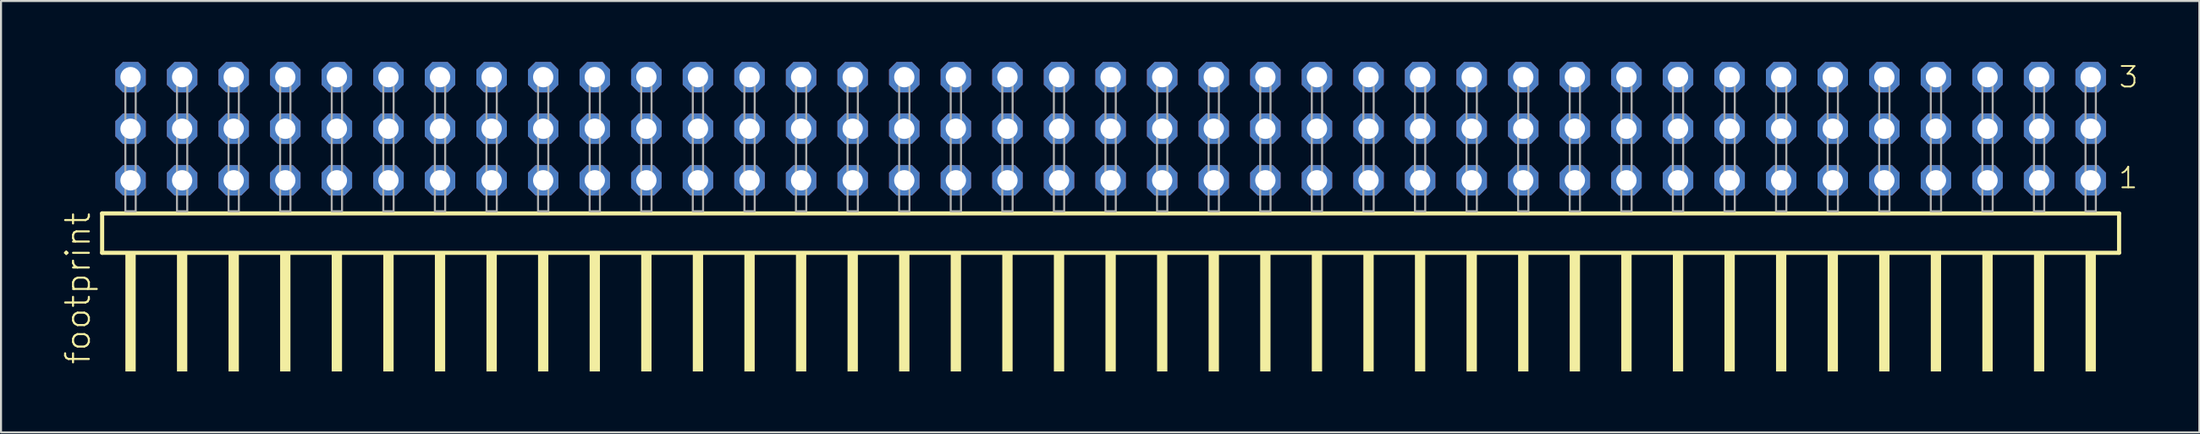
<source format=kicad_pcb>
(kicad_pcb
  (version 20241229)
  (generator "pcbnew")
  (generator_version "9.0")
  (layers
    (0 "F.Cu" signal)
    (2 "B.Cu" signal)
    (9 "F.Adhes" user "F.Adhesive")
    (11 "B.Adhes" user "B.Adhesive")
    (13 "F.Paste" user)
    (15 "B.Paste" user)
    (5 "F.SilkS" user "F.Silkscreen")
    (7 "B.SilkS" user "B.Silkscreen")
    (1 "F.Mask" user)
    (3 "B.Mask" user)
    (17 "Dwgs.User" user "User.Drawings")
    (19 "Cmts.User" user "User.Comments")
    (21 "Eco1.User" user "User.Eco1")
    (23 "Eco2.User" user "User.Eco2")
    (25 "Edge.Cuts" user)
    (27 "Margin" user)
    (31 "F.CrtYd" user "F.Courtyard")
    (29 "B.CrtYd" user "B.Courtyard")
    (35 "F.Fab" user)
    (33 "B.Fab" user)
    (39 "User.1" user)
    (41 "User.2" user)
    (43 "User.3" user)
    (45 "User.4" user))
  (footprint "footprint"
    (layer "F.Cu")
    (at 51.638 7.354)
    (property "Reference" "footprint" (at -50.165 7.62 90) (layer "F.SilkS") (effects (font (size 1.168 1.168) (thickness 0.102)) (justify left bottom)))
    (fp_line (start -49.659 0.106) (end -49.659 2.046) (stroke (width 0.203) (type solid)) (layer "F.SilkS"))
    (fp_line (start -49.659 2.046) (end 49.659 2.046) (stroke (width 0.203) (type solid)) (layer "F.SilkS"))
    (fp_line (start 49.659 0.106) (end -49.659 0.106) (stroke (width 0.203) (type solid)) (layer "F.SilkS"))
    (fp_line (start 49.659 2.046) (end 49.659 0.106) (stroke (width 0.203) (type solid)) (layer "F.SilkS"))
    (fp_poly (pts (xy -48.514 7.89) (xy -48.006 7.89) (xy -48.006 2.04) (xy -48.514 2.04)) (stroke (width 0) (type solid)) (fill yes) (layer "F.SilkS"))
    (fp_poly (pts (xy -45.974 7.89) (xy -45.466 7.89) (xy -45.466 2.04) (xy -45.974 2.04)) (stroke (width 0) (type solid)) (fill yes) (layer "F.SilkS"))
    (fp_poly (pts (xy -43.434 7.89) (xy -42.926 7.89) (xy -42.926 2.04) (xy -43.434 2.04)) (stroke (width 0) (type solid)) (fill yes) (layer "F.SilkS"))
    (fp_poly (pts (xy -40.894 7.89) (xy -40.386 7.89) (xy -40.386 2.04) (xy -40.894 2.04)) (stroke (width 0) (type solid)) (fill yes) (layer "F.SilkS"))
    (fp_poly (pts (xy -38.354 7.89) (xy -37.846 7.89) (xy -37.846 2.04) (xy -38.354 2.04)) (stroke (width 0) (type solid)) (fill yes) (layer "F.SilkS"))
    (fp_poly (pts (xy -35.814 7.89) (xy -35.306 7.89) (xy -35.306 2.04) (xy -35.814 2.04)) (stroke (width 0) (type solid)) (fill yes) (layer "F.SilkS"))
    (fp_poly (pts (xy -33.274 7.89) (xy -32.766 7.89) (xy -32.766 2.04) (xy -33.274 2.04)) (stroke (width 0) (type solid)) (fill yes) (layer "F.SilkS"))
    (fp_poly (pts (xy -30.734 7.89) (xy -30.226 7.89) (xy -30.226 2.04) (xy -30.734 2.04)) (stroke (width 0) (type solid)) (fill yes) (layer "F.SilkS"))
    (fp_poly (pts (xy -28.194 7.89) (xy -27.686 7.89) (xy -27.686 2.04) (xy -28.194 2.04)) (stroke (width 0) (type solid)) (fill yes) (layer "F.SilkS"))
    (fp_poly (pts (xy -25.654 7.89) (xy -25.146 7.89) (xy -25.146 2.04) (xy -25.654 2.04)) (stroke (width 0) (type solid)) (fill yes) (layer "F.SilkS"))
    (fp_poly (pts (xy -23.114 7.89) (xy -22.606 7.89) (xy -22.606 2.04) (xy -23.114 2.04)) (stroke (width 0) (type solid)) (fill yes) (layer "F.SilkS"))
    (fp_poly (pts (xy -20.574 7.89) (xy -20.066 7.89) (xy -20.066 2.04) (xy -20.574 2.04)) (stroke (width 0) (type solid)) (fill yes) (layer "F.SilkS"))
    (fp_poly (pts (xy -18.034 7.89) (xy -17.526 7.89) (xy -17.526 2.04) (xy -18.034 2.04)) (stroke (width 0) (type solid)) (fill yes) (layer "F.SilkS"))
    (fp_poly (pts (xy -15.494 7.89) (xy -14.986 7.89) (xy -14.986 2.04) (xy -15.494 2.04)) (stroke (width 0) (type solid)) (fill yes) (layer "F.SilkS"))
    (fp_poly (pts (xy -12.954 7.89) (xy -12.446 7.89) (xy -12.446 2.04) (xy -12.954 2.04)) (stroke (width 0) (type solid)) (fill yes) (layer "F.SilkS"))
    (fp_poly (pts (xy -10.414 7.89) (xy -9.906 7.89) (xy -9.906 2.04) (xy -10.414 2.04)) (stroke (width 0) (type solid)) (fill yes) (layer "F.SilkS"))
    (fp_poly (pts (xy -7.874 7.89) (xy -7.366 7.89) (xy -7.366 2.04) (xy -7.874 2.04)) (stroke (width 0) (type solid)) (fill yes) (layer "F.SilkS"))
    (fp_poly (pts (xy -5.334 7.89) (xy -4.826 7.89) (xy -4.826 2.04) (xy -5.334 2.04)) (stroke (width 0) (type solid)) (fill yes) (layer "F.SilkS"))
    (fp_poly (pts (xy -2.794 7.89) (xy -2.286 7.89) (xy -2.286 2.04) (xy -2.794 2.04)) (stroke (width 0) (type solid)) (fill yes) (layer "F.SilkS"))
    (fp_poly (pts (xy -0.254 7.89) (xy 0.254 7.89) (xy 0.254 2.04) (xy -0.254 2.04)) (stroke (width 0) (type solid)) (fill yes) (layer "F.SilkS"))
    (fp_poly (pts (xy 2.286 7.89) (xy 2.794 7.89) (xy 2.794 2.04) (xy 2.286 2.04)) (stroke (width 0) (type solid)) (fill yes) (layer "F.SilkS"))
    (fp_poly (pts (xy 4.826 7.89) (xy 5.334 7.89) (xy 5.334 2.04) (xy 4.826 2.04)) (stroke (width 0) (type solid)) (fill yes) (layer "F.SilkS"))
    (fp_poly (pts (xy 7.366 7.89) (xy 7.874 7.89) (xy 7.874 2.04) (xy 7.366 2.04)) (stroke (width 0) (type solid)) (fill yes) (layer "F.SilkS"))
    (fp_poly (pts (xy 9.906 7.89) (xy 10.414 7.89) (xy 10.414 2.04) (xy 9.906 2.04)) (stroke (width 0) (type solid)) (fill yes) (layer "F.SilkS"))
    (fp_poly (pts (xy 12.446 7.89) (xy 12.954 7.89) (xy 12.954 2.04) (xy 12.446 2.04)) (stroke (width 0) (type solid)) (fill yes) (layer "F.SilkS"))
    (fp_poly (pts (xy 14.986 7.89) (xy 15.494 7.89) (xy 15.494 2.04) (xy 14.986 2.04)) (stroke (width 0) (type solid)) (fill yes) (layer "F.SilkS"))
    (fp_poly (pts (xy 17.526 7.89) (xy 18.034 7.89) (xy 18.034 2.04) (xy 17.526 2.04)) (stroke (width 0) (type solid)) (fill yes) (layer "F.SilkS"))
    (fp_poly (pts (xy 20.066 7.89) (xy 20.574 7.89) (xy 20.574 2.04) (xy 20.066 2.04)) (stroke (width 0) (type solid)) (fill yes) (layer "F.SilkS"))
    (fp_poly (pts (xy 22.606 7.89) (xy 23.114 7.89) (xy 23.114 2.04) (xy 22.606 2.04)) (stroke (width 0) (type solid)) (fill yes) (layer "F.SilkS"))
    (fp_poly (pts (xy 25.146 7.89) (xy 25.654 7.89) (xy 25.654 2.04) (xy 25.146 2.04)) (stroke (width 0) (type solid)) (fill yes) (layer "F.SilkS"))
    (fp_poly (pts (xy 27.686 7.89) (xy 28.194 7.89) (xy 28.194 2.04) (xy 27.686 2.04)) (stroke (width 0) (type solid)) (fill yes) (layer "F.SilkS"))
    (fp_poly (pts (xy 30.226 7.89) (xy 30.734 7.89) (xy 30.734 2.04) (xy 30.226 2.04)) (stroke (width 0) (type solid)) (fill yes) (layer "F.SilkS"))
    (fp_poly (pts (xy 32.766 7.89) (xy 33.274 7.89) (xy 33.274 2.04) (xy 32.766 2.04)) (stroke (width 0) (type solid)) (fill yes) (layer "F.SilkS"))
    (fp_poly (pts (xy 35.306 7.89) (xy 35.814 7.89) (xy 35.814 2.04) (xy 35.306 2.04)) (stroke (width 0) (type solid)) (fill yes) (layer "F.SilkS"))
    (fp_poly (pts (xy 37.846 7.89) (xy 38.354 7.89) (xy 38.354 2.04) (xy 37.846 2.04)) (stroke (width 0) (type solid)) (fill yes) (layer "F.SilkS"))
    (fp_poly (pts (xy 40.386 7.89) (xy 40.894 7.89) (xy 40.894 2.04) (xy 40.386 2.04)) (stroke (width 0) (type solid)) (fill yes) (layer "F.SilkS"))
    (fp_poly (pts (xy 42.926 7.89) (xy 43.434 7.89) (xy 43.434 2.04) (xy 42.926 2.04)) (stroke (width 0) (type solid)) (fill yes) (layer "F.SilkS"))
    (fp_poly (pts (xy 45.466 7.89) (xy 45.974 7.89) (xy 45.974 2.04) (xy 45.466 2.04)) (stroke (width 0) (type solid)) (fill yes) (layer "F.SilkS"))
    (fp_poly (pts (xy 48.006 7.89) (xy 48.514 7.89) (xy 48.514 2.04) (xy 48.006 2.04)) (stroke (width 0) (type solid)) (fill yes) (layer "F.SilkS"))
    (fp_poly (pts (xy -48.514 0) (xy -48.006 0) (xy -48.006 -6.858) (xy -48.514 -6.858)) (stroke (width 0.1) (type solid)) (fill no) (layer "F.Fab"))
    (fp_poly (pts (xy -45.974 0) (xy -45.466 0) (xy -45.466 -6.858) (xy -45.974 -6.858)) (stroke (width 0.1) (type solid)) (fill no) (layer "F.Fab"))
    (fp_poly (pts (xy -43.434 0) (xy -42.926 0) (xy -42.926 -6.858) (xy -43.434 -6.858)) (stroke (width 0.1) (type solid)) (fill no) (layer "F.Fab"))
    (fp_poly (pts (xy -40.894 0) (xy -40.386 0) (xy -40.386 -6.858) (xy -40.894 -6.858)) (stroke (width 0.1) (type solid)) (fill no) (layer "F.Fab"))
    (fp_poly (pts (xy -38.354 0) (xy -37.846 0) (xy -37.846 -6.858) (xy -38.354 -6.858)) (stroke (width 0.1) (type solid)) (fill no) (layer "F.Fab"))
    (fp_poly (pts (xy -35.814 0) (xy -35.306 0) (xy -35.306 -6.858) (xy -35.814 -6.858)) (stroke (width 0.1) (type solid)) (fill no) (layer "F.Fab"))
    (fp_poly (pts (xy -33.274 0) (xy -32.766 0) (xy -32.766 -6.858) (xy -33.274 -6.858)) (stroke (width 0.1) (type solid)) (fill no) (layer "F.Fab"))
    (fp_poly (pts (xy -30.734 0) (xy -30.226 0) (xy -30.226 -6.858) (xy -30.734 -6.858)) (stroke (width 0.1) (type solid)) (fill no) (layer "F.Fab"))
    (fp_poly (pts (xy -28.194 0) (xy -27.686 0) (xy -27.686 -6.858) (xy -28.194 -6.858)) (stroke (width 0.1) (type solid)) (fill no) (layer "F.Fab"))
    (fp_poly (pts (xy -25.654 0) (xy -25.146 0) (xy -25.146 -6.858) (xy -25.654 -6.858)) (stroke (width 0.1) (type solid)) (fill no) (layer "F.Fab"))
    (fp_poly (pts (xy -23.114 0) (xy -22.606 0) (xy -22.606 -6.858) (xy -23.114 -6.858)) (stroke (width 0.1) (type solid)) (fill no) (layer "F.Fab"))
    (fp_poly (pts (xy -20.574 0) (xy -20.066 0) (xy -20.066 -6.858) (xy -20.574 -6.858)) (stroke (width 0.1) (type solid)) (fill no) (layer "F.Fab"))
    (fp_poly (pts (xy -18.034 0) (xy -17.526 0) (xy -17.526 -6.858) (xy -18.034 -6.858)) (stroke (width 0.1) (type solid)) (fill no) (layer "F.Fab"))
    (fp_poly (pts (xy -15.494 0) (xy -14.986 0) (xy -14.986 -6.858) (xy -15.494 -6.858)) (stroke (width 0.1) (type solid)) (fill no) (layer "F.Fab"))
    (fp_poly (pts (xy -12.954 0) (xy -12.446 0) (xy -12.446 -6.858) (xy -12.954 -6.858)) (stroke (width 0.1) (type solid)) (fill no) (layer "F.Fab"))
    (fp_poly (pts (xy -10.414 0) (xy -9.906 0) (xy -9.906 -6.858) (xy -10.414 -6.858)) (stroke (width 0.1) (type solid)) (fill no) (layer "F.Fab"))
    (fp_poly (pts (xy -7.874 0) (xy -7.366 0) (xy -7.366 -6.858) (xy -7.874 -6.858)) (stroke (width 0.1) (type solid)) (fill no) (layer "F.Fab"))
    (fp_poly (pts (xy -5.334 0) (xy -4.826 0) (xy -4.826 -6.858) (xy -5.334 -6.858)) (stroke (width 0.1) (type solid)) (fill no) (layer "F.Fab"))
    (fp_poly (pts (xy -2.794 0) (xy -2.286 0) (xy -2.286 -6.858) (xy -2.794 -6.858)) (stroke (width 0.1) (type solid)) (fill no) (layer "F.Fab"))
    (fp_poly (pts (xy -0.254 0) (xy 0.254 0) (xy 0.254 -6.858) (xy -0.254 -6.858)) (stroke (width 0.1) (type solid)) (fill no) (layer "F.Fab"))
    (fp_poly (pts (xy 2.286 0) (xy 2.794 0) (xy 2.794 -6.858) (xy 2.286 -6.858)) (stroke (width 0.1) (type solid)) (fill no) (layer "F.Fab"))
    (fp_poly (pts (xy 4.826 0) (xy 5.334 0) (xy 5.334 -6.858) (xy 4.826 -6.858)) (stroke (width 0.1) (type solid)) (fill no) (layer "F.Fab"))
    (fp_poly (pts (xy 7.366 0) (xy 7.874 0) (xy 7.874 -6.858) (xy 7.366 -6.858)) (stroke (width 0.1) (type solid)) (fill no) (layer "F.Fab"))
    (fp_poly (pts (xy 9.906 0) (xy 10.414 0) (xy 10.414 -6.858) (xy 9.906 -6.858)) (stroke (width 0.1) (type solid)) (fill no) (layer "F.Fab"))
    (fp_poly (pts (xy 12.446 0) (xy 12.954 0) (xy 12.954 -6.858) (xy 12.446 -6.858)) (stroke (width 0.1) (type solid)) (fill no) (layer "F.Fab"))
    (fp_poly (pts (xy 14.986 0) (xy 15.494 0) (xy 15.494 -6.858) (xy 14.986 -6.858)) (stroke (width 0.1) (type solid)) (fill no) (layer "F.Fab"))
    (fp_poly (pts (xy 17.526 0) (xy 18.034 0) (xy 18.034 -6.858) (xy 17.526 -6.858)) (stroke (width 0.1) (type solid)) (fill no) (layer "F.Fab"))
    (fp_poly (pts (xy 20.066 0) (xy 20.574 0) (xy 20.574 -6.858) (xy 20.066 -6.858)) (stroke (width 0.1) (type solid)) (fill no) (layer "F.Fab"))
    (fp_poly (pts (xy 22.606 0) (xy 23.114 0) (xy 23.114 -6.858) (xy 22.606 -6.858)) (stroke (width 0.1) (type solid)) (fill no) (layer "F.Fab"))
    (fp_poly (pts (xy 25.146 0) (xy 25.654 0) (xy 25.654 -6.858) (xy 25.146 -6.858)) (stroke (width 0.1) (type solid)) (fill no) (layer "F.Fab"))
    (fp_poly (pts (xy 27.686 0) (xy 28.194 0) (xy 28.194 -6.858) (xy 27.686 -6.858)) (stroke (width 0.1) (type solid)) (fill no) (layer "F.Fab"))
    (fp_poly (pts (xy 30.226 0) (xy 30.734 0) (xy 30.734 -6.858) (xy 30.226 -6.858)) (stroke (width 0.1) (type solid)) (fill no) (layer "F.Fab"))
    (fp_poly (pts (xy 32.766 0) (xy 33.274 0) (xy 33.274 -6.858) (xy 32.766 -6.858)) (stroke (width 0.1) (type solid)) (fill no) (layer "F.Fab"))
    (fp_poly (pts (xy 35.306 0) (xy 35.814 0) (xy 35.814 -6.858) (xy 35.306 -6.858)) (stroke (width 0.1) (type solid)) (fill no) (layer "F.Fab"))
    (fp_poly (pts (xy 37.846 0) (xy 38.354 0) (xy 38.354 -6.858) (xy 37.846 -6.858)) (stroke (width 0.1) (type solid)) (fill no) (layer "F.Fab"))
    (fp_poly (pts (xy 40.386 0) (xy 40.894 0) (xy 40.894 -6.858) (xy 40.386 -6.858)) (stroke (width 0.1) (type solid)) (fill no) (layer "F.Fab"))
    (fp_poly (pts (xy 42.926 0) (xy 43.434 0) (xy 43.434 -6.858) (xy 42.926 -6.858)) (stroke (width 0.1) (type solid)) (fill no) (layer "F.Fab"))
    (fp_poly (pts (xy 45.466 0) (xy 45.974 0) (xy 45.974 -6.858) (xy 45.466 -6.858)) (stroke (width 0.1) (type solid)) (fill no) (layer "F.Fab"))
    (fp_poly (pts (xy 48.006 0) (xy 48.514 0) (xy 48.514 -6.858) (xy 48.006 -6.858)) (stroke (width 0.1) (type solid)) (fill no) (layer "F.Fab"))
    (fp_text user "3" (at 49.585 -6.015 0) (layer "F.SilkS") (effects (font (size 1.012 1.012) (thickness 0.088)) (justify left bottom)))
    (fp_text user "1" (at 49.57 -1.05 0) (layer "F.SilkS") (effects (font (size 1.012 1.012) (thickness 0.088)) (justify left bottom)))
    (pad "1" thru_hole roundrect (at 48.26 -1.524 180) (size 1.5 1.5) (drill 1) (layers "*.Cu" "*.Mask") (roundrect_rratio 0.25) (chamfer_ratio 0.25) (chamfer top_left top_right bottom_left bottom_right))
    (pad "2" thru_hole roundrect (at 48.26 -4.064 180) (size 1.5 1.5) (drill 1) (layers "*.Cu" "*.Mask") (roundrect_rratio 0.25) (chamfer_ratio 0.25) (chamfer top_left top_right bottom_left bottom_right))
    (pad "3" thru_hole roundrect (at 48.26 -6.604 180) (size 1.5 1.5) (drill 1) (layers "*.Cu" "*.Mask") (roundrect_rratio 0.25) (chamfer_ratio 0.25) (chamfer top_left top_right bottom_left bottom_right))
    (pad "4" thru_hole roundrect (at 45.72 -1.524 180) (size 1.5 1.5) (drill 1) (layers "*.Cu" "*.Mask") (roundrect_rratio 0.25) (chamfer_ratio 0.25) (chamfer top_left top_right bottom_left bottom_right))
    (pad "5" thru_hole roundrect (at 45.72 -4.064 180) (size 1.5 1.5) (drill 1) (layers "*.Cu" "*.Mask") (roundrect_rratio 0.25) (chamfer_ratio 0.25) (chamfer top_left top_right bottom_left bottom_right))
    (pad "6" thru_hole roundrect (at 45.72 -6.604 180) (size 1.5 1.5) (drill 1) (layers "*.Cu" "*.Mask") (roundrect_rratio 0.25) (chamfer_ratio 0.25) (chamfer top_left top_right bottom_left bottom_right))
    (pad "7" thru_hole roundrect (at 43.18 -1.524 180) (size 1.5 1.5) (drill 1) (layers "*.Cu" "*.Mask") (roundrect_rratio 0.25) (chamfer_ratio 0.25) (chamfer top_left top_right bottom_left bottom_right))
    (pad "8" thru_hole roundrect (at 43.18 -4.064 180) (size 1.5 1.5) (drill 1) (layers "*.Cu" "*.Mask") (roundrect_rratio 0.25) (chamfer_ratio 0.25) (chamfer top_left top_right bottom_left bottom_right))
    (pad "9" thru_hole roundrect (at 43.18 -6.604 180) (size 1.5 1.5) (drill 1) (layers "*.Cu" "*.Mask") (roundrect_rratio 0.25) (chamfer_ratio 0.25) (chamfer top_left top_right bottom_left bottom_right))
    (pad "10" thru_hole roundrect (at 40.64 -1.524 180) (size 1.5 1.5) (drill 1) (layers "*.Cu" "*.Mask") (roundrect_rratio 0.25) (chamfer_ratio 0.25) (chamfer top_left top_right bottom_left bottom_right))
    (pad "11" thru_hole roundrect (at 40.64 -4.064 180) (size 1.5 1.5) (drill 1) (layers "*.Cu" "*.Mask") (roundrect_rratio 0.25) (chamfer_ratio 0.25) (chamfer top_left top_right bottom_left bottom_right))
    (pad "12" thru_hole roundrect (at 40.64 -6.604 180) (size 1.5 1.5) (drill 1) (layers "*.Cu" "*.Mask") (roundrect_rratio 0.25) (chamfer_ratio 0.25) (chamfer top_left top_right bottom_left bottom_right))
    (pad "13" thru_hole roundrect (at 38.1 -1.524 180) (size 1.5 1.5) (drill 1) (layers "*.Cu" "*.Mask") (roundrect_rratio 0.25) (chamfer_ratio 0.25) (chamfer top_left top_right bottom_left bottom_right))
    (pad "14" thru_hole roundrect (at 38.1 -4.064 180) (size 1.5 1.5) (drill 1) (layers "*.Cu" "*.Mask") (roundrect_rratio 0.25) (chamfer_ratio 0.25) (chamfer top_left top_right bottom_left bottom_right))
    (pad "15" thru_hole roundrect (at 38.1 -6.604 180) (size 1.5 1.5) (drill 1) (layers "*.Cu" "*.Mask") (roundrect_rratio 0.25) (chamfer_ratio 0.25) (chamfer top_left top_right bottom_left bottom_right))
    (pad "16" thru_hole roundrect (at 35.56 -1.524 180) (size 1.5 1.5) (drill 1) (layers "*.Cu" "*.Mask") (roundrect_rratio 0.25) (chamfer_ratio 0.25) (chamfer top_left top_right bottom_left bottom_right))
    (pad "17" thru_hole roundrect (at 35.56 -4.064 180) (size 1.5 1.5) (drill 1) (layers "*.Cu" "*.Mask") (roundrect_rratio 0.25) (chamfer_ratio 0.25) (chamfer top_left top_right bottom_left bottom_right))
    (pad "18" thru_hole roundrect (at 35.56 -6.604 180) (size 1.5 1.5) (drill 1) (layers "*.Cu" "*.Mask") (roundrect_rratio 0.25) (chamfer_ratio 0.25) (chamfer top_left top_right bottom_left bottom_right))
    (pad "19" thru_hole roundrect (at 33.02 -1.524 180) (size 1.5 1.5) (drill 1) (layers "*.Cu" "*.Mask") (roundrect_rratio 0.25) (chamfer_ratio 0.25) (chamfer top_left top_right bottom_left bottom_right))
    (pad "20" thru_hole roundrect (at 33.02 -4.064 180) (size 1.5 1.5) (drill 1) (layers "*.Cu" "*.Mask") (roundrect_rratio 0.25) (chamfer_ratio 0.25) (chamfer top_left top_right bottom_left bottom_right))
    (pad "21" thru_hole roundrect (at 33.02 -6.604 180) (size 1.5 1.5) (drill 1) (layers "*.Cu" "*.Mask") (roundrect_rratio 0.25) (chamfer_ratio 0.25) (chamfer top_left top_right bottom_left bottom_right))
    (pad "22" thru_hole roundrect (at 30.48 -1.524 180) (size 1.5 1.5) (drill 1) (layers "*.Cu" "*.Mask") (roundrect_rratio 0.25) (chamfer_ratio 0.25) (chamfer top_left top_right bottom_left bottom_right))
    (pad "23" thru_hole roundrect (at 30.48 -4.064 180) (size 1.5 1.5) (drill 1) (layers "*.Cu" "*.Mask") (roundrect_rratio 0.25) (chamfer_ratio 0.25) (chamfer top_left top_right bottom_left bottom_right))
    (pad "24" thru_hole roundrect (at 30.48 -6.604 180) (size 1.5 1.5) (drill 1) (layers "*.Cu" "*.Mask") (roundrect_rratio 0.25) (chamfer_ratio 0.25) (chamfer top_left top_right bottom_left bottom_right))
    (pad "25" thru_hole roundrect (at 27.94 -1.524 180) (size 1.5 1.5) (drill 1) (layers "*.Cu" "*.Mask") (roundrect_rratio 0.25) (chamfer_ratio 0.25) (chamfer top_left top_right bottom_left bottom_right))
    (pad "26" thru_hole roundrect (at 27.94 -4.064 180) (size 1.5 1.5) (drill 1) (layers "*.Cu" "*.Mask") (roundrect_rratio 0.25) (chamfer_ratio 0.25) (chamfer top_left top_right bottom_left bottom_right))
    (pad "27" thru_hole roundrect (at 27.94 -6.604 180) (size 1.5 1.5) (drill 1) (layers "*.Cu" "*.Mask") (roundrect_rratio 0.25) (chamfer_ratio 0.25) (chamfer top_left top_right bottom_left bottom_right))
    (pad "28" thru_hole roundrect (at 25.4 -1.524 180) (size 1.5 1.5) (drill 1) (layers "*.Cu" "*.Mask") (roundrect_rratio 0.25) (chamfer_ratio 0.25) (chamfer top_left top_right bottom_left bottom_right))
    (pad "29" thru_hole roundrect (at 25.4 -4.064 180) (size 1.5 1.5) (drill 1) (layers "*.Cu" "*.Mask") (roundrect_rratio 0.25) (chamfer_ratio 0.25) (chamfer top_left top_right bottom_left bottom_right))
    (pad "30" thru_hole roundrect (at 25.4 -6.604 180) (size 1.5 1.5) (drill 1) (layers "*.Cu" "*.Mask") (roundrect_rratio 0.25) (chamfer_ratio 0.25) (chamfer top_left top_right bottom_left bottom_right))
    (pad "31" thru_hole roundrect (at 22.86 -1.524 180) (size 1.5 1.5) (drill 1) (layers "*.Cu" "*.Mask") (roundrect_rratio 0.25) (chamfer_ratio 0.25) (chamfer top_left top_right bottom_left bottom_right))
    (pad "32" thru_hole roundrect (at 22.86 -4.064 180) (size 1.5 1.5) (drill 1) (layers "*.Cu" "*.Mask") (roundrect_rratio 0.25) (chamfer_ratio 0.25) (chamfer top_left top_right bottom_left bottom_right))
    (pad "33" thru_hole roundrect (at 22.86 -6.604 180) (size 1.5 1.5) (drill 1) (layers "*.Cu" "*.Mask") (roundrect_rratio 0.25) (chamfer_ratio 0.25) (chamfer top_left top_right bottom_left bottom_right))
    (pad "34" thru_hole roundrect (at 20.32 -1.524 180) (size 1.5 1.5) (drill 1) (layers "*.Cu" "*.Mask") (roundrect_rratio 0.25) (chamfer_ratio 0.25) (chamfer top_left top_right bottom_left bottom_right))
    (pad "35" thru_hole roundrect (at 20.32 -4.064 180) (size 1.5 1.5) (drill 1) (layers "*.Cu" "*.Mask") (roundrect_rratio 0.25) (chamfer_ratio 0.25) (chamfer top_left top_right bottom_left bottom_right))
    (pad "36" thru_hole roundrect (at 20.32 -6.604 180) (size 1.5 1.5) (drill 1) (layers "*.Cu" "*.Mask") (roundrect_rratio 0.25) (chamfer_ratio 0.25) (chamfer top_left top_right bottom_left bottom_right))
    (pad "37" thru_hole roundrect (at 17.78 -1.524 180) (size 1.5 1.5) (drill 1) (layers "*.Cu" "*.Mask") (roundrect_rratio 0.25) (chamfer_ratio 0.25) (chamfer top_left top_right bottom_left bottom_right))
    (pad "38" thru_hole roundrect (at 17.78 -4.064 180) (size 1.5 1.5) (drill 1) (layers "*.Cu" "*.Mask") (roundrect_rratio 0.25) (chamfer_ratio 0.25) (chamfer top_left top_right bottom_left bottom_right))
    (pad "39" thru_hole roundrect (at 17.78 -6.604 180) (size 1.5 1.5) (drill 1) (layers "*.Cu" "*.Mask") (roundrect_rratio 0.25) (chamfer_ratio 0.25) (chamfer top_left top_right bottom_left bottom_right))
    (pad "40" thru_hole roundrect (at 15.24 -1.524 180) (size 1.5 1.5) (drill 1) (layers "*.Cu" "*.Mask") (roundrect_rratio 0.25) (chamfer_ratio 0.25) (chamfer top_left top_right bottom_left bottom_right))
    (pad "41" thru_hole roundrect (at 15.24 -4.064 180) (size 1.5 1.5) (drill 1) (layers "*.Cu" "*.Mask") (roundrect_rratio 0.25) (chamfer_ratio 0.25) (chamfer top_left top_right bottom_left bottom_right))
    (pad "42" thru_hole roundrect (at 15.24 -6.604 180) (size 1.5 1.5) (drill 1) (layers "*.Cu" "*.Mask") (roundrect_rratio 0.25) (chamfer_ratio 0.25) (chamfer top_left top_right bottom_left bottom_right))
    (pad "43" thru_hole roundrect (at 12.7 -1.524 180) (size 1.5 1.5) (drill 1) (layers "*.Cu" "*.Mask") (roundrect_rratio 0.25) (chamfer_ratio 0.25) (chamfer top_left top_right bottom_left bottom_right))
    (pad "44" thru_hole roundrect (at 12.7 -4.064 180) (size 1.5 1.5) (drill 1) (layers "*.Cu" "*.Mask") (roundrect_rratio 0.25) (chamfer_ratio 0.25) (chamfer top_left top_right bottom_left bottom_right))
    (pad "45" thru_hole roundrect (at 12.7 -6.604 180) (size 1.5 1.5) (drill 1) (layers "*.Cu" "*.Mask") (roundrect_rratio 0.25) (chamfer_ratio 0.25) (chamfer top_left top_right bottom_left bottom_right))
    (pad "46" thru_hole roundrect (at 10.16 -1.524 180) (size 1.5 1.5) (drill 1) (layers "*.Cu" "*.Mask") (roundrect_rratio 0.25) (chamfer_ratio 0.25) (chamfer top_left top_right bottom_left bottom_right))
    (pad "47" thru_hole roundrect (at 10.16 -4.064 180) (size 1.5 1.5) (drill 1) (layers "*.Cu" "*.Mask") (roundrect_rratio 0.25) (chamfer_ratio 0.25) (chamfer top_left top_right bottom_left bottom_right))
    (pad "48" thru_hole roundrect (at 10.16 -6.604 180) (size 1.5 1.5) (drill 1) (layers "*.Cu" "*.Mask") (roundrect_rratio 0.25) (chamfer_ratio 0.25) (chamfer top_left top_right bottom_left bottom_right))
    (pad "49" thru_hole roundrect (at 7.62 -1.524 180) (size 1.5 1.5) (drill 1) (layers "*.Cu" "*.Mask") (roundrect_rratio 0.25) (chamfer_ratio 0.25) (chamfer top_left top_right bottom_left bottom_right))
    (pad "50" thru_hole roundrect (at 7.62 -4.064 180) (size 1.5 1.5) (drill 1) (layers "*.Cu" "*.Mask") (roundrect_rratio 0.25) (chamfer_ratio 0.25) (chamfer top_left top_right bottom_left bottom_right))
    (pad "51" thru_hole roundrect (at 7.62 -6.604 180) (size 1.5 1.5) (drill 1) (layers "*.Cu" "*.Mask") (roundrect_rratio 0.25) (chamfer_ratio 0.25) (chamfer top_left top_right bottom_left bottom_right))
    (pad "52" thru_hole roundrect (at 5.08 -1.524 180) (size 1.5 1.5) (drill 1) (layers "*.Cu" "*.Mask") (roundrect_rratio 0.25) (chamfer_ratio 0.25) (chamfer top_left top_right bottom_left bottom_right))
    (pad "53" thru_hole roundrect (at 5.08 -4.064 180) (size 1.5 1.5) (drill 1) (layers "*.Cu" "*.Mask") (roundrect_rratio 0.25) (chamfer_ratio 0.25) (chamfer top_left top_right bottom_left bottom_right))
    (pad "54" thru_hole roundrect (at 5.08 -6.604 180) (size 1.5 1.5) (drill 1) (layers "*.Cu" "*.Mask") (roundrect_rratio 0.25) (chamfer_ratio 0.25) (chamfer top_left top_right bottom_left bottom_right))
    (pad "55" thru_hole roundrect (at 2.54 -1.524 180) (size 1.5 1.5) (drill 1) (layers "*.Cu" "*.Mask") (roundrect_rratio 0.25) (chamfer_ratio 0.25) (chamfer top_left top_right bottom_left bottom_right))
    (pad "56" thru_hole roundrect (at 2.54 -4.064 180) (size 1.5 1.5) (drill 1) (layers "*.Cu" "*.Mask") (roundrect_rratio 0.25) (chamfer_ratio 0.25) (chamfer top_left top_right bottom_left bottom_right))
    (pad "57" thru_hole roundrect (at 2.54 -6.604 180) (size 1.5 1.5) (drill 1) (layers "*.Cu" "*.Mask") (roundrect_rratio 0.25) (chamfer_ratio 0.25) (chamfer top_left top_right bottom_left bottom_right))
    (pad "58" thru_hole roundrect (at 0 -1.524 180) (size 1.5 1.5) (drill 1) (layers "*.Cu" "*.Mask") (roundrect_rratio 0.25) (chamfer_ratio 0.25) (chamfer top_left top_right bottom_left bottom_right))
    (pad "59" thru_hole roundrect (at 0 -4.064 180) (size 1.5 1.5) (drill 1) (layers "*.Cu" "*.Mask") (roundrect_rratio 0.25) (chamfer_ratio 0.25) (chamfer top_left top_right bottom_left bottom_right))
    (pad "60" thru_hole roundrect (at 0 -6.604 180) (size 1.5 1.5) (drill 1) (layers "*.Cu" "*.Mask") (roundrect_rratio 0.25) (chamfer_ratio 0.25) (chamfer top_left top_right bottom_left bottom_right))
    (pad "61" thru_hole roundrect (at -2.54 -1.524 180) (size 1.5 1.5) (drill 1) (layers "*.Cu" "*.Mask") (roundrect_rratio 0.25) (chamfer_ratio 0.25) (chamfer top_left top_right bottom_left bottom_right))
    (pad "62" thru_hole roundrect (at -2.54 -4.064 180) (size 1.5 1.5) (drill 1) (layers "*.Cu" "*.Mask") (roundrect_rratio 0.25) (chamfer_ratio 0.25) (chamfer top_left top_right bottom_left bottom_right))
    (pad "63" thru_hole roundrect (at -2.54 -6.604 180) (size 1.5 1.5) (drill 1) (layers "*.Cu" "*.Mask") (roundrect_rratio 0.25) (chamfer_ratio 0.25) (chamfer top_left top_right bottom_left bottom_right))
    (pad "64" thru_hole roundrect (at -5.08 -1.524 180) (size 1.5 1.5) (drill 1) (layers "*.Cu" "*.Mask") (roundrect_rratio 0.25) (chamfer_ratio 0.25) (chamfer top_left top_right bottom_left bottom_right))
    (pad "65" thru_hole roundrect (at -5.08 -4.064 180) (size 1.5 1.5) (drill 1) (layers "*.Cu" "*.Mask") (roundrect_rratio 0.25) (chamfer_ratio 0.25) (chamfer top_left top_right bottom_left bottom_right))
    (pad "66" thru_hole roundrect (at -5.08 -6.604 180) (size 1.5 1.5) (drill 1) (layers "*.Cu" "*.Mask") (roundrect_rratio 0.25) (chamfer_ratio 0.25) (chamfer top_left top_right bottom_left bottom_right))
    (pad "67" thru_hole roundrect (at -7.62 -1.524 180) (size 1.5 1.5) (drill 1) (layers "*.Cu" "*.Mask") (roundrect_rratio 0.25) (chamfer_ratio 0.25) (chamfer top_left top_right bottom_left bottom_right))
    (pad "68" thru_hole roundrect (at -7.62 -4.064 180) (size 1.5 1.5) (drill 1) (layers "*.Cu" "*.Mask") (roundrect_rratio 0.25) (chamfer_ratio 0.25) (chamfer top_left top_right bottom_left bottom_right))
    (pad "69" thru_hole roundrect (at -7.62 -6.604 180) (size 1.5 1.5) (drill 1) (layers "*.Cu" "*.Mask") (roundrect_rratio 0.25) (chamfer_ratio 0.25) (chamfer top_left top_right bottom_left bottom_right))
    (pad "70" thru_hole roundrect (at -10.16 -1.524 180) (size 1.5 1.5) (drill 1) (layers "*.Cu" "*.Mask") (roundrect_rratio 0.25) (chamfer_ratio 0.25) (chamfer top_left top_right bottom_left bottom_right))
    (pad "71" thru_hole roundrect (at -10.16 -4.064 180) (size 1.5 1.5) (drill 1) (layers "*.Cu" "*.Mask") (roundrect_rratio 0.25) (chamfer_ratio 0.25) (chamfer top_left top_right bottom_left bottom_right))
    (pad "72" thru_hole roundrect (at -10.16 -6.604 180) (size 1.5 1.5) (drill 1) (layers "*.Cu" "*.Mask") (roundrect_rratio 0.25) (chamfer_ratio 0.25) (chamfer top_left top_right bottom_left bottom_right))
    (pad "73" thru_hole roundrect (at -12.7 -1.524 180) (size 1.5 1.5) (drill 1) (layers "*.Cu" "*.Mask") (roundrect_rratio 0.25) (chamfer_ratio 0.25) (chamfer top_left top_right bottom_left bottom_right))
    (pad "74" thru_hole roundrect (at -12.7 -4.064 180) (size 1.5 1.5) (drill 1) (layers "*.Cu" "*.Mask") (roundrect_rratio 0.25) (chamfer_ratio 0.25) (chamfer top_left top_right bottom_left bottom_right))
    (pad "75" thru_hole roundrect (at -12.7 -6.604 180) (size 1.5 1.5) (drill 1) (layers "*.Cu" "*.Mask") (roundrect_rratio 0.25) (chamfer_ratio 0.25) (chamfer top_left top_right bottom_left bottom_right))
    (pad "76" thru_hole roundrect (at -15.24 -1.524 180) (size 1.5 1.5) (drill 1) (layers "*.Cu" "*.Mask") (roundrect_rratio 0.25) (chamfer_ratio 0.25) (chamfer top_left top_right bottom_left bottom_right))
    (pad "77" thru_hole roundrect (at -15.24 -4.064 180) (size 1.5 1.5) (drill 1) (layers "*.Cu" "*.Mask") (roundrect_rratio 0.25) (chamfer_ratio 0.25) (chamfer top_left top_right bottom_left bottom_right))
    (pad "78" thru_hole roundrect (at -15.24 -6.604 180) (size 1.5 1.5) (drill 1) (layers "*.Cu" "*.Mask") (roundrect_rratio 0.25) (chamfer_ratio 0.25) (chamfer top_left top_right bottom_left bottom_right))
    (pad "79" thru_hole roundrect (at -17.78 -1.524 180) (size 1.5 1.5) (drill 1) (layers "*.Cu" "*.Mask") (roundrect_rratio 0.25) (chamfer_ratio 0.25) (chamfer top_left top_right bottom_left bottom_right))
    (pad "80" thru_hole roundrect (at -17.78 -4.064 180) (size 1.5 1.5) (drill 1) (layers "*.Cu" "*.Mask") (roundrect_rratio 0.25) (chamfer_ratio 0.25) (chamfer top_left top_right bottom_left bottom_right))
    (pad "81" thru_hole roundrect (at -17.78 -6.604 180) (size 1.5 1.5) (drill 1) (layers "*.Cu" "*.Mask") (roundrect_rratio 0.25) (chamfer_ratio 0.25) (chamfer top_left top_right bottom_left bottom_right))
    (pad "82" thru_hole roundrect (at -20.32 -1.524 180) (size 1.5 1.5) (drill 1) (layers "*.Cu" "*.Mask") (roundrect_rratio 0.25) (chamfer_ratio 0.25) (chamfer top_left top_right bottom_left bottom_right))
    (pad "83" thru_hole roundrect (at -20.32 -4.064 180) (size 1.5 1.5) (drill 1) (layers "*.Cu" "*.Mask") (roundrect_rratio 0.25) (chamfer_ratio 0.25) (chamfer top_left top_right bottom_left bottom_right))
    (pad "84" thru_hole roundrect (at -20.32 -6.604 180) (size 1.5 1.5) (drill 1) (layers "*.Cu" "*.Mask") (roundrect_rratio 0.25) (chamfer_ratio 0.25) (chamfer top_left top_right bottom_left bottom_right))
    (pad "85" thru_hole roundrect (at -22.86 -1.524 180) (size 1.5 1.5) (drill 1) (layers "*.Cu" "*.Mask") (roundrect_rratio 0.25) (chamfer_ratio 0.25) (chamfer top_left top_right bottom_left bottom_right))
    (pad "86" thru_hole roundrect (at -22.86 -4.064 180) (size 1.5 1.5) (drill 1) (layers "*.Cu" "*.Mask") (roundrect_rratio 0.25) (chamfer_ratio 0.25) (chamfer top_left top_right bottom_left bottom_right))
    (pad "87" thru_hole roundrect (at -22.86 -6.604 180) (size 1.5 1.5) (drill 1) (layers "*.Cu" "*.Mask") (roundrect_rratio 0.25) (chamfer_ratio 0.25) (chamfer top_left top_right bottom_left bottom_right))
    (pad "88" thru_hole roundrect (at -25.4 -1.524 180) (size 1.5 1.5) (drill 1) (layers "*.Cu" "*.Mask") (roundrect_rratio 0.25) (chamfer_ratio 0.25) (chamfer top_left top_right bottom_left bottom_right))
    (pad "89" thru_hole roundrect (at -25.4 -4.064 180) (size 1.5 1.5) (drill 1) (layers "*.Cu" "*.Mask") (roundrect_rratio 0.25) (chamfer_ratio 0.25) (chamfer top_left top_right bottom_left bottom_right))
    (pad "90" thru_hole roundrect (at -25.4 -6.604 180) (size 1.5 1.5) (drill 1) (layers "*.Cu" "*.Mask") (roundrect_rratio 0.25) (chamfer_ratio 0.25) (chamfer top_left top_right bottom_left bottom_right))
    (pad "91" thru_hole roundrect (at -27.94 -1.524 180) (size 1.5 1.5) (drill 1) (layers "*.Cu" "*.Mask") (roundrect_rratio 0.25) (chamfer_ratio 0.25) (chamfer top_left top_right bottom_left bottom_right))
    (pad "92" thru_hole roundrect (at -27.94 -4.064 180) (size 1.5 1.5) (drill 1) (layers "*.Cu" "*.Mask") (roundrect_rratio 0.25) (chamfer_ratio 0.25) (chamfer top_left top_right bottom_left bottom_right))
    (pad "93" thru_hole roundrect (at -27.94 -6.604 180) (size 1.5 1.5) (drill 1) (layers "*.Cu" "*.Mask") (roundrect_rratio 0.25) (chamfer_ratio 0.25) (chamfer top_left top_right bottom_left bottom_right))
    (pad "94" thru_hole roundrect (at -30.48 -1.524 180) (size 1.5 1.5) (drill 1) (layers "*.Cu" "*.Mask") (roundrect_rratio 0.25) (chamfer_ratio 0.25) (chamfer top_left top_right bottom_left bottom_right))
    (pad "95" thru_hole roundrect (at -30.48 -4.064 180) (size 1.5 1.5) (drill 1) (layers "*.Cu" "*.Mask") (roundrect_rratio 0.25) (chamfer_ratio 0.25) (chamfer top_left top_right bottom_left bottom_right))
    (pad "96" thru_hole roundrect (at -30.48 -6.604 180) (size 1.5 1.5) (drill 1) (layers "*.Cu" "*.Mask") (roundrect_rratio 0.25) (chamfer_ratio 0.25) (chamfer top_left top_right bottom_left bottom_right))
    (pad "97" thru_hole roundrect (at -33.02 -1.524 180) (size 1.5 1.5) (drill 1) (layers "*.Cu" "*.Mask") (roundrect_rratio 0.25) (chamfer_ratio 0.25) (chamfer top_left top_right bottom_left bottom_right))
    (pad "98" thru_hole roundrect (at -33.02 -4.064 180) (size 1.5 1.5) (drill 1) (layers "*.Cu" "*.Mask") (roundrect_rratio 0.25) (chamfer_ratio 0.25) (chamfer top_left top_right bottom_left bottom_right))
    (pad "99" thru_hole roundrect (at -33.02 -6.604 180) (size 1.5 1.5) (drill 1) (layers "*.Cu" "*.Mask") (roundrect_rratio 0.25) (chamfer_ratio 0.25) (chamfer top_left top_right bottom_left bottom_right))
    (pad "100" thru_hole roundrect (at -35.56 -1.524 180) (size 1.5 1.5) (drill 1) (layers "*.Cu" "*.Mask") (roundrect_rratio 0.25) (chamfer_ratio 0.25) (chamfer top_left top_right bottom_left bottom_right))
    (pad "101" thru_hole roundrect (at -35.56 -4.064 180) (size 1.5 1.5) (drill 1) (layers "*.Cu" "*.Mask") (roundrect_rratio 0.25) (chamfer_ratio 0.25) (chamfer top_left top_right bottom_left bottom_right))
    (pad "102" thru_hole roundrect (at -35.56 -6.604 180) (size 1.5 1.5) (drill 1) (layers "*.Cu" "*.Mask") (roundrect_rratio 0.25) (chamfer_ratio 0.25) (chamfer top_left top_right bottom_left bottom_right))
    (pad "103" thru_hole roundrect (at -38.1 -1.524 180) (size 1.5 1.5) (drill 1) (layers "*.Cu" "*.Mask") (roundrect_rratio 0.25) (chamfer_ratio 0.25) (chamfer top_left top_right bottom_left bottom_right))
    (pad "104" thru_hole roundrect (at -38.1 -4.064 180) (size 1.5 1.5) (drill 1) (layers "*.Cu" "*.Mask") (roundrect_rratio 0.25) (chamfer_ratio 0.25) (chamfer top_left top_right bottom_left bottom_right))
    (pad "105" thru_hole roundrect (at -38.1 -6.604 180) (size 1.5 1.5) (drill 1) (layers "*.Cu" "*.Mask") (roundrect_rratio 0.25) (chamfer_ratio 0.25) (chamfer top_left top_right bottom_left bottom_right))
    (pad "106" thru_hole roundrect (at -40.64 -1.524 180) (size 1.5 1.5) (drill 1) (layers "*.Cu" "*.Mask") (roundrect_rratio 0.25) (chamfer_ratio 0.25) (chamfer top_left top_right bottom_left bottom_right))
    (pad "107" thru_hole roundrect (at -40.64 -4.064 180) (size 1.5 1.5) (drill 1) (layers "*.Cu" "*.Mask") (roundrect_rratio 0.25) (chamfer_ratio 0.25) (chamfer top_left top_right bottom_left bottom_right))
    (pad "108" thru_hole roundrect (at -40.64 -6.604 180) (size 1.5 1.5) (drill 1) (layers "*.Cu" "*.Mask") (roundrect_rratio 0.25) (chamfer_ratio 0.25) (chamfer top_left top_right bottom_left bottom_right))
    (pad "109" thru_hole roundrect (at -43.18 -1.524 180) (size 1.5 1.5) (drill 1) (layers "*.Cu" "*.Mask") (roundrect_rratio 0.25) (chamfer_ratio 0.25) (chamfer top_left top_right bottom_left bottom_right))
    (pad "110" thru_hole roundrect (at -43.18 -4.064 180) (size 1.5 1.5) (drill 1) (layers "*.Cu" "*.Mask") (roundrect_rratio 0.25) (chamfer_ratio 0.25) (chamfer top_left top_right bottom_left bottom_right))
    (pad "111" thru_hole roundrect (at -43.18 -6.604 180) (size 1.5 1.5) (drill 1) (layers "*.Cu" "*.Mask") (roundrect_rratio 0.25) (chamfer_ratio 0.25) (chamfer top_left top_right bottom_left bottom_right))
    (pad "112" thru_hole roundrect (at -45.72 -1.524 180) (size 1.5 1.5) (drill 1) (layers "*.Cu" "*.Mask") (roundrect_rratio 0.25) (chamfer_ratio 0.25) (chamfer top_left top_right bottom_left bottom_right))
    (pad "113" thru_hole roundrect (at -45.72 -4.064 180) (size 1.5 1.5) (drill 1) (layers "*.Cu" "*.Mask") (roundrect_rratio 0.25) (chamfer_ratio 0.25) (chamfer top_left top_right bottom_left bottom_right))
    (pad "114" thru_hole roundrect (at -45.72 -6.604 180) (size 1.5 1.5) (drill 1) (layers "*.Cu" "*.Mask") (roundrect_rratio 0.25) (chamfer_ratio 0.25) (chamfer top_left top_right bottom_left bottom_right))
    (pad "115" thru_hole roundrect (at -48.26 -1.524 180) (size 1.5 1.5) (drill 1) (layers "*.Cu" "*.Mask") (roundrect_rratio 0.25) (chamfer_ratio 0.25) (chamfer top_left top_right bottom_left bottom_right))
    (pad "116" thru_hole roundrect (at -48.26 -4.064 180) (size 1.5 1.5) (drill 1) (layers "*.Cu" "*.Mask") (roundrect_rratio 0.25) (chamfer_ratio 0.25) (chamfer top_left top_right bottom_left bottom_right))
    (pad "117" thru_hole roundrect (at -48.26 -6.604 180) (size 1.5 1.5) (drill 1) (layers "*.Cu" "*.Mask") (roundrect_rratio 0.25) (chamfer_ratio 0.25) (chamfer top_left top_right bottom_left bottom_right)))
  (gr_rect
    (start -3 -3)
    (end 105.249 18.244)
    (stroke (width 0.1) (type default))
    (fill no)
    (layer "Edge.Cuts")))
</source>
